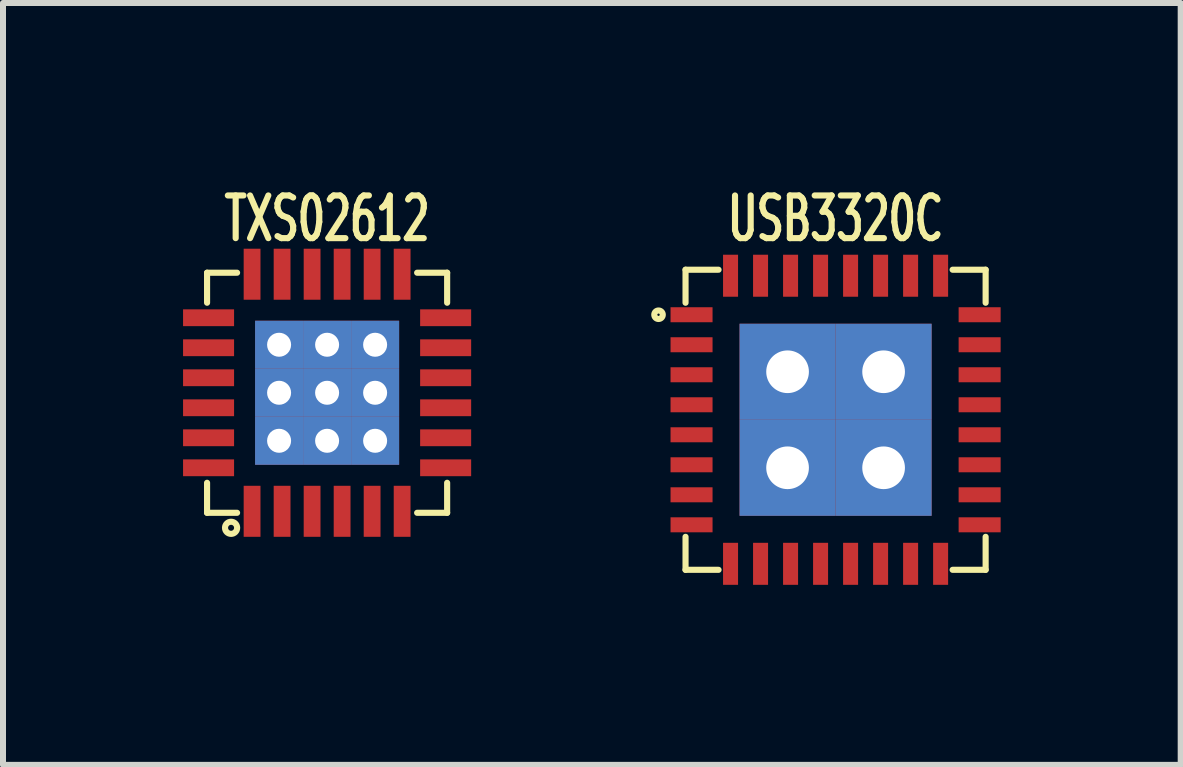
<source format=kicad_pcb>
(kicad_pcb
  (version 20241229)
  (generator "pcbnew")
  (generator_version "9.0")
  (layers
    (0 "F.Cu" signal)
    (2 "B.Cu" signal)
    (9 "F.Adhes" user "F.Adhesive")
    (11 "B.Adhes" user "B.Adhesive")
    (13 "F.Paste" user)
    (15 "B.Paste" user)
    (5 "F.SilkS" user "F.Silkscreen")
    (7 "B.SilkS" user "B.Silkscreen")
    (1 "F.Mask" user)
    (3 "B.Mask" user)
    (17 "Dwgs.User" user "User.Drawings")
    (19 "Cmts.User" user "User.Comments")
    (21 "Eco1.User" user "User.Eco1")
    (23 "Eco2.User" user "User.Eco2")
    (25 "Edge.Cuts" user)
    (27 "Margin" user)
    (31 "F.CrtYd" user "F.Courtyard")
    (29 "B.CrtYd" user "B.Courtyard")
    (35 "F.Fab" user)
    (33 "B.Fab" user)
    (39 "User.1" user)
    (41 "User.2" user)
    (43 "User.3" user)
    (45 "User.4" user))
  (footprint "USB3320C"
    (layer "F.Cu")
    (at 10.872 3.944)
    (property "Reference" "USB3320C" (at 0 -3.35 0) (layer "F.SilkS") (effects (font (size 0.711 0.457) (thickness 0.102))))
    (attr smd)
    (fp_line (start -2.5 -2.5) (end -2.5 -1.95) (stroke (width 0.102) (type solid)) (layer "F.SilkS"))
    (fp_line (start -2.5 -2.5) (end -1.95 -2.5) (stroke (width 0.102) (type solid)) (layer "F.SilkS"))
    (fp_line (start -2.5 2.5) (end -2.5 1.95) (stroke (width 0.102) (type solid)) (layer "F.SilkS"))
    (fp_line (start -1.95 2.5) (end -2.5 2.5) (stroke (width 0.102) (type solid)) (layer "F.SilkS"))
    (fp_line (start 2.5 -2.5) (end 1.95 -2.5) (stroke (width 0.102) (type solid)) (layer "F.SilkS"))
    (fp_line (start 2.5 -2.5) (end 2.5 -1.95) (stroke (width 0.102) (type solid)) (layer "F.SilkS"))
    (fp_line (start 2.5 1.95) (end 2.5 2.5) (stroke (width 0.102) (type solid)) (layer "F.SilkS"))
    (fp_line (start 2.5 2.5) (end 1.95 2.5) (stroke (width 0.102) (type solid)) (layer "F.SilkS"))
    (fp_circle (center -2.95 -1.75) (end -2.9 -1.8) (stroke (width 0.102) (type solid)) (fill no) (layer "F.SilkS"))
    (pad "1" smd rect (at -2.4 -1.75) (size 0.7 0.25) (layers "F.Cu" "F.Mask" "F.Paste"))
    (pad "2" smd rect (at -2.4 -1.25) (size 0.7 0.25) (layers "F.Cu" "F.Mask" "F.Paste"))
    (pad "3" smd rect (at -2.4 -0.75) (size 0.7 0.25) (layers "F.Cu" "F.Mask" "F.Paste"))
    (pad "4" smd rect (at -2.4 -0.25) (size 0.7 0.25) (layers "F.Cu" "F.Mask" "F.Paste"))
    (pad "5" smd rect (at -2.4 0.25) (size 0.7 0.25) (layers "F.Cu" "F.Mask" "F.Paste"))
    (pad "6" smd rect (at -2.4 0.75) (size 0.7 0.25) (layers "F.Cu" "F.Mask" "F.Paste"))
    (pad "7" smd rect (at -2.4 1.25) (size 0.7 0.25) (layers "F.Cu" "F.Mask" "F.Paste"))
    (pad "8" smd rect (at -2.4 1.75) (size 0.7 0.25) (layers "F.Cu" "F.Mask" "F.Paste"))
    (pad "9" smd rect (at -1.75 2.4 90) (size 0.7 0.25) (layers "F.Cu" "F.Mask" "F.Paste"))
    (pad "10" smd rect (at -1.25 2.4 90) (size 0.7 0.25) (layers "F.Cu" "F.Mask" "F.Paste"))
    (pad "11" smd rect (at -0.75 2.4 90) (size 0.7 0.25) (layers "F.Cu" "F.Mask" "F.Paste"))
    (pad "12" smd rect (at -0.25 2.4 90) (size 0.7 0.25) (layers "F.Cu" "F.Mask" "F.Paste"))
    (pad "13" smd rect (at 0.25 2.4 90) (size 0.7 0.25) (layers "F.Cu" "F.Mask" "F.Paste"))
    (pad "14" smd rect (at 0.75 2.4 90) (size 0.7 0.25) (layers "F.Cu" "F.Mask" "F.Paste"))
    (pad "15" smd rect (at 1.25 2.4 90) (size 0.7 0.25) (layers "F.Cu" "F.Mask" "F.Paste"))
    (pad "16" smd rect (at 1.75 2.4 90) (size 0.7 0.25) (layers "F.Cu" "F.Mask" "F.Paste"))
    (pad "17" smd rect (at 2.4 1.75) (size 0.7 0.25) (layers "F.Cu" "F.Mask" "F.Paste"))
    (pad "18" smd rect (at 2.4 1.25) (size 0.7 0.25) (layers "F.Cu" "F.Mask" "F.Paste"))
    (pad "19" smd rect (at 2.4 0.75) (size 0.7 0.25) (layers "F.Cu" "F.Mask" "F.Paste"))
    (pad "20" smd rect (at 2.4 0.25) (size 0.7 0.25) (layers "F.Cu" "F.Mask" "F.Paste"))
    (pad "21" smd rect (at 2.4 -0.25) (size 0.7 0.25) (layers "F.Cu" "F.Mask" "F.Paste"))
    (pad "22" smd rect (at 2.4 -0.75) (size 0.7 0.25) (layers "F.Cu" "F.Mask" "F.Paste"))
    (pad "23" smd rect (at 2.4 -1.25) (size 0.7 0.25) (layers "F.Cu" "F.Mask" "F.Paste"))
    (pad "24" smd rect (at 2.4 -1.75) (size 0.7 0.25) (layers "F.Cu" "F.Mask" "F.Paste"))
    (pad "25" smd rect (at 1.75 -2.4 90) (size 0.7 0.25) (layers "F.Cu" "F.Mask" "F.Paste"))
    (pad "26" smd rect (at 1.25 -2.4 90) (size 0.7 0.25) (layers "F.Cu" "F.Mask" "F.Paste"))
    (pad "27" smd rect (at 0.75 -2.4 90) (size 0.7 0.25) (layers "F.Cu" "F.Mask" "F.Paste"))
    (pad "28" smd rect (at 0.25 -2.4 90) (size 0.7 0.25) (layers "F.Cu" "F.Mask" "F.Paste"))
    (pad "29" smd rect (at -0.25 -2.4 90) (size 0.7 0.25) (layers "F.Cu" "F.Mask" "F.Paste"))
    (pad "30" smd rect (at -0.75 -2.4 90) (size 0.7 0.25) (layers "F.Cu" "F.Mask" "F.Paste"))
    (pad "31" smd rect (at -1.25 -2.4 90) (size 0.7 0.25) (layers "F.Cu" "F.Mask" "F.Paste"))
    (pad "32" smd rect (at -1.75 -2.4 90) (size 0.7 0.25) (layers "F.Cu" "F.Mask" "F.Paste"))
    (pad "33" thru_hole rect (at -0.8 -0.8) (size 1.6 1.6) (drill 0.711) (layers "*.Cu" "*.Mask" "F.Paste"))
    (pad "33" thru_hole rect (at -0.8 0.8) (size 1.6 1.6) (drill 0.711) (layers "*.Cu" "*.Mask" "F.Paste"))
    (pad "33" thru_hole rect (at 0.8 -0.8) (size 1.6 1.6) (drill 0.711) (layers "*.Cu" "*.Mask" "F.Paste"))
    (pad "33" thru_hole rect (at 0.8 0.8) (size 1.6 1.6) (drill 0.711) (layers "*.Cu" "*.Mask" "F.Paste")))
  (footprint "TXS02612"
    (layer "F.Cu")
    (at 2.4 3.494)
    (property "Reference" "TXS02612" (at 0 -2.9 0) (layer "F.SilkS") (effects (font (size 0.711 0.457) (thickness 0.102))))
    (attr through_hole)
    (fp_line (start -2 -2) (end -1.5 -2) (stroke (width 0.102) (type solid)) (layer "F.SilkS"))
    (fp_line (start -2 -1.5) (end -2 -2) (stroke (width 0.102) (type solid)) (layer "F.SilkS"))
    (fp_line (start -2 1.5) (end -2 2) (stroke (width 0.102) (type solid)) (layer "F.SilkS"))
    (fp_line (start -2 2) (end -1.5 2) (stroke (width 0.102) (type solid)) (layer "F.SilkS"))
    (fp_line (start 1.5 -2) (end 2 -2) (stroke (width 0.102) (type solid)) (layer "F.SilkS"))
    (fp_line (start 2 -2) (end 2 -1.5) (stroke (width 0.102) (type solid)) (layer "F.SilkS"))
    (fp_line (start 2 1.5) (end 2 2) (stroke (width 0.102) (type solid)) (layer "F.SilkS"))
    (fp_line (start 2 2) (end 1.5 2) (stroke (width 0.102) (type solid)) (layer "F.SilkS"))
    (fp_circle (center -1.6 2.25) (end -1.6 2.2) (stroke (width 0.102) (type solid)) (fill no) (layer "F.SilkS"))
    (pad "1" smd rect (at -1.25 1.975) (size 0.28 0.85) (layers "F.Cu" "F.Mask" "F.Paste"))
    (pad "2" smd rect (at -0.75 1.975) (size 0.28 0.85) (layers "F.Cu" "F.Mask" "F.Paste"))
    (pad "3" smd rect (at -0.25 1.975) (size 0.28 0.85) (layers "F.Cu" "F.Mask" "F.Paste"))
    (pad "4" smd rect (at 0.25 1.975) (size 0.28 0.85) (layers "F.Cu" "F.Mask" "F.Paste"))
    (pad "5" smd rect (at 0.75 1.975) (size 0.28 0.85) (layers "F.Cu" "F.Mask" "F.Paste"))
    (pad "6" smd rect (at 1.25 1.975) (size 0.28 0.85) (layers "F.Cu" "F.Mask" "F.Paste"))
    (pad "7" smd rect (at 1.975 1.25 90) (size 0.28 0.85) (layers "F.Cu" "F.Mask" "F.Paste"))
    (pad "8" smd rect (at 1.975 0.75 90) (size 0.28 0.85) (layers "F.Cu" "F.Mask" "F.Paste"))
    (pad "9" smd rect (at 1.975 0.25 90) (size 0.28 0.85) (layers "F.Cu" "F.Mask" "F.Paste"))
    (pad "10" smd rect (at 1.975 -0.25 90) (size 0.28 0.85) (layers "F.Cu" "F.Mask" "F.Paste"))
    (pad "11" smd rect (at 1.975 -0.75 90) (size 0.28 0.85) (layers "F.Cu" "F.Mask" "F.Paste"))
    (pad "12" smd rect (at 1.975 -1.25 90) (size 0.28 0.85) (layers "F.Cu" "F.Mask" "F.Paste"))
    (pad "13" smd rect (at 1.25 -1.975) (size 0.28 0.85) (layers "F.Cu" "F.Mask" "F.Paste"))
    (pad "14" smd rect (at 0.75 -1.975) (size 0.28 0.85) (layers "F.Cu" "F.Mask" "F.Paste"))
    (pad "15" smd rect (at 0.25 -1.975) (size 0.28 0.85) (layers "F.Cu" "F.Mask" "F.Paste"))
    (pad "16" smd rect (at -0.25 -1.975) (size 0.28 0.85) (layers "F.Cu" "F.Mask" "F.Paste"))
    (pad "17" smd rect (at -0.75 -1.975) (size 0.28 0.85) (layers "F.Cu" "F.Mask" "F.Paste"))
    (pad "18" smd rect (at -1.25 -1.975) (size 0.28 0.85) (layers "F.Cu" "F.Mask" "F.Paste"))
    (pad "19" smd rect (at -1.975 -1.25 90) (size 0.28 0.85) (layers "F.Cu" "F.Mask" "F.Paste"))
    (pad "20" smd rect (at -1.975 -0.75 90) (size 0.28 0.85) (layers "F.Cu" "F.Mask" "F.Paste"))
    (pad "21" smd rect (at -1.975 -0.25 90) (size 0.28 0.85) (layers "F.Cu" "F.Mask" "F.Paste"))
    (pad "22" smd rect (at -1.975 0.25 90) (size 0.28 0.85) (layers "F.Cu" "F.Mask" "F.Paste"))
    (pad "23" smd rect (at -1.975 0.75 90) (size 0.28 0.85) (layers "F.Cu" "F.Mask" "F.Paste"))
    (pad "24" smd rect (at -1.975 1.25 90) (size 0.28 0.85) (layers "F.Cu" "F.Mask" "F.Paste"))
    (pad "25" thru_hole rect (at -0.8 -0.8 90) (size 0.8 0.8) (drill 0.4) (layers "*.Cu" "*.Mask" "F.Paste"))
    (pad "25" thru_hole rect (at -0.8 0 90) (size 0.8 0.8) (drill 0.4) (layers "*.Cu" "*.Mask" "F.Paste"))
    (pad "25" thru_hole rect (at -0.8 0.8 90) (size 0.8 0.8) (drill 0.4) (layers "*.Cu" "*.Mask" "F.Paste"))
    (pad "25" thru_hole rect (at 0 -0.8 90) (size 0.8 0.8) (drill 0.4) (layers "*.Cu" "*.Mask" "F.Paste"))
    (pad "25" thru_hole rect (at 0 0 90) (size 0.8 0.8) (drill 0.4) (layers "*.Cu" "*.Mask" "F.Paste"))
    (pad "25" thru_hole rect (at 0 0.8 90) (size 0.8 0.8) (drill 0.4) (layers "*.Cu" "*.Mask" "F.Paste"))
    (pad "25" thru_hole rect (at 0.8 -0.8 90) (size 0.8 0.8) (drill 0.4) (layers "*.Cu" "*.Mask" "F.Paste"))
    (pad "25" thru_hole rect (at 0.8 0 90) (size 0.8 0.8) (drill 0.4) (layers "*.Cu" "*.Mask" "F.Paste"))
    (pad "25" thru_hole rect (at 0.8 0.8 90) (size 0.8 0.8) (drill 0.4) (layers "*.Cu" "*.Mask" "F.Paste")))
  (gr_rect
    (start -3 -3)
    (end 16.622 9.694)
    (stroke (width 0.1) (type default))
    (fill no)
    (layer "Edge.Cuts")))
</source>
